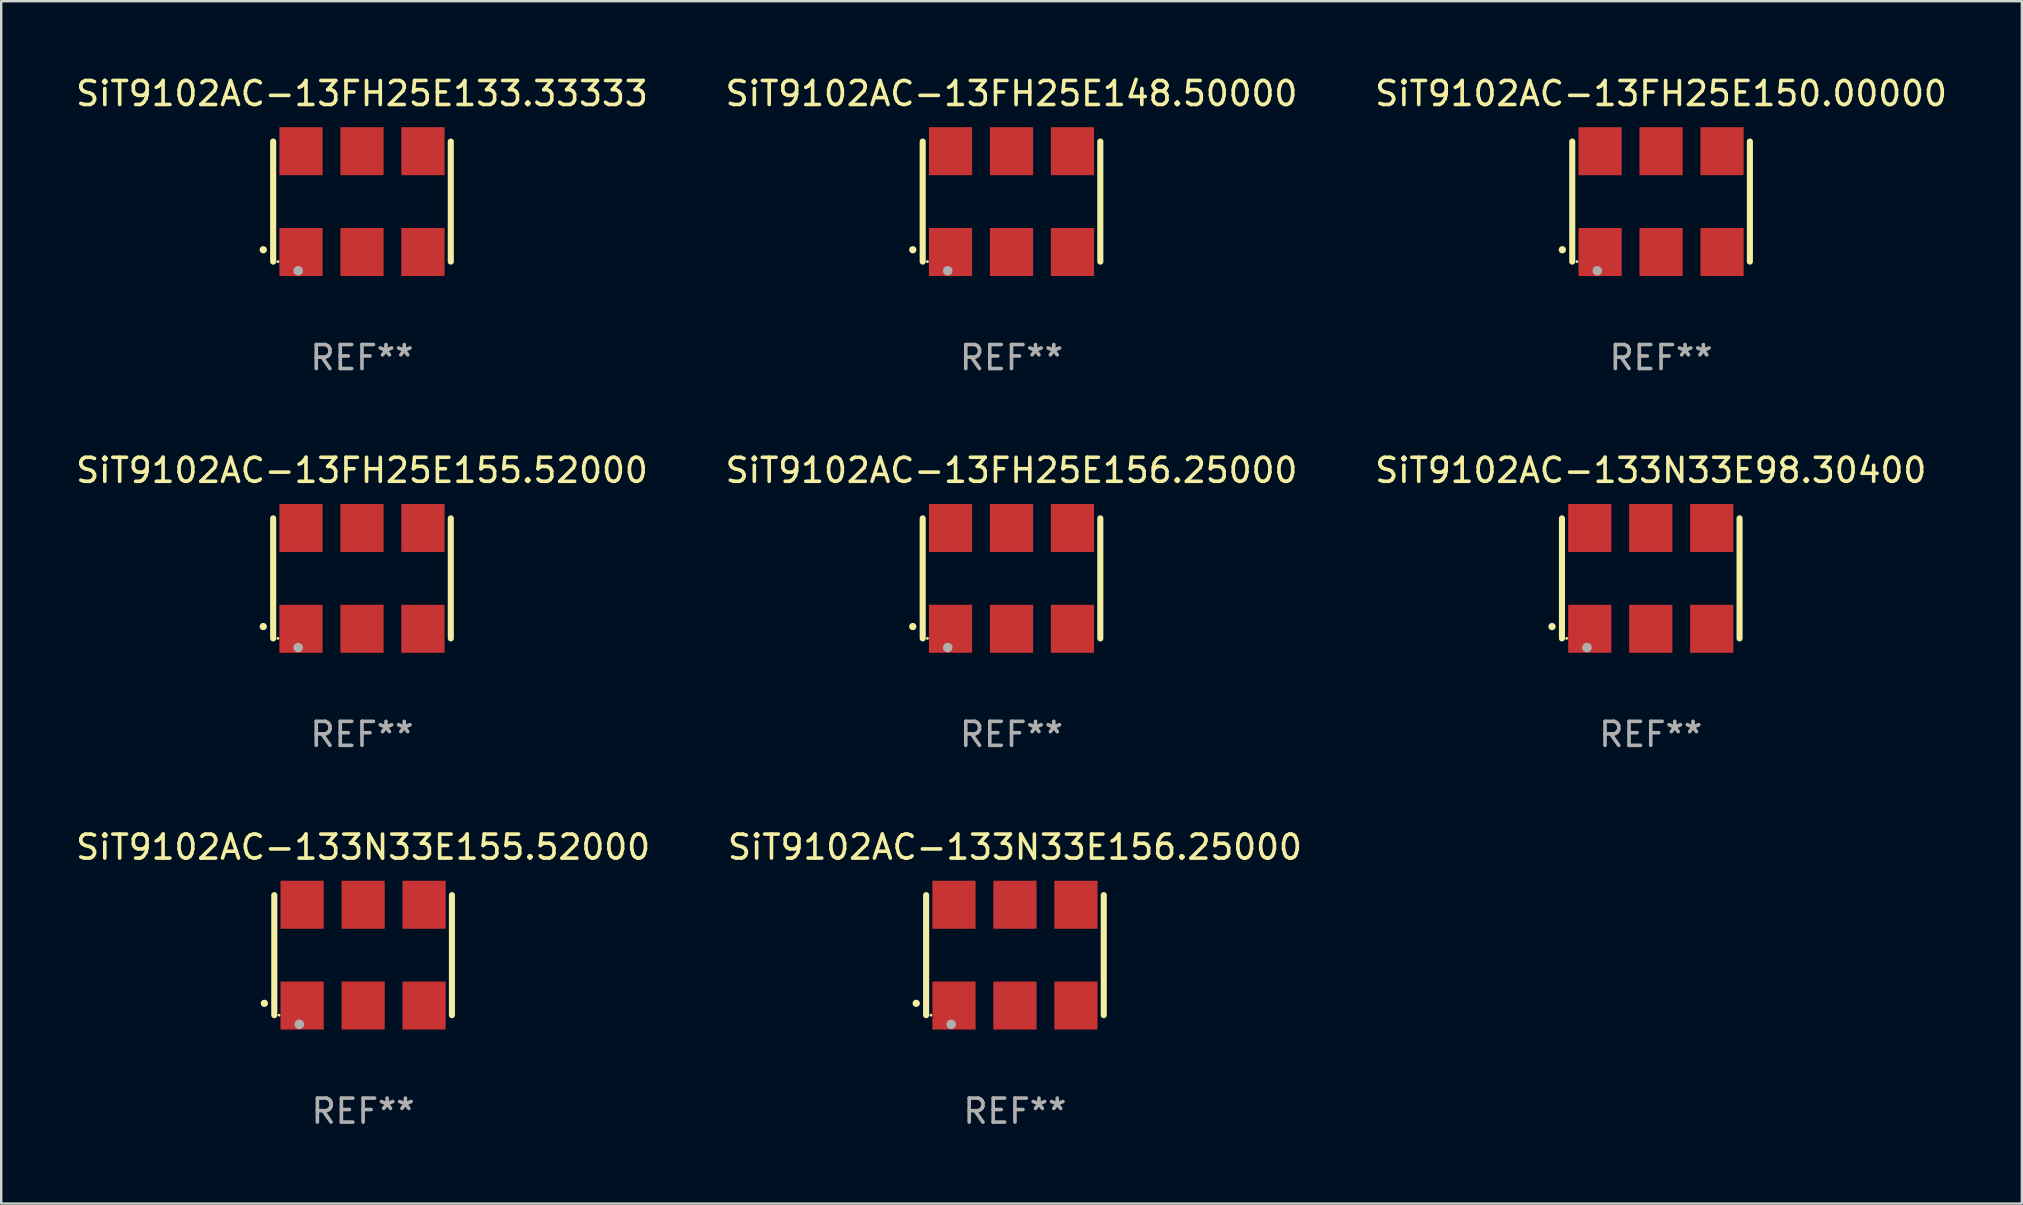
<source format=kicad_pcb>
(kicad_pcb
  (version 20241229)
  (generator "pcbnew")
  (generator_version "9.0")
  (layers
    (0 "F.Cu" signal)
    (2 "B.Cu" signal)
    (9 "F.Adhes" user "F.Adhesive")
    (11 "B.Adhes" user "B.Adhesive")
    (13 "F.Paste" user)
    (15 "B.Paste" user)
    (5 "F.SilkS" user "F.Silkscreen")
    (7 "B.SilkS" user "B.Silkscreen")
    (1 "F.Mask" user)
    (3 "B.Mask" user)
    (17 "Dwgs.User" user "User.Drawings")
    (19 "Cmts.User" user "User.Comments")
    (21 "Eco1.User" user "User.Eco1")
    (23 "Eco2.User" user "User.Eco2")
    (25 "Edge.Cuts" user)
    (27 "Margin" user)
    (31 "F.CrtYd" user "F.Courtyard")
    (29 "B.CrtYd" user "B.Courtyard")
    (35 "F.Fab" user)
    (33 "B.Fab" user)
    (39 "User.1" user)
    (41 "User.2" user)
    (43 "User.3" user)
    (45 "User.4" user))
  (footprint "SiT9102AC-13FH25E133.33333"
    (layer "F.Cu")
    (at 12.03 5.348)
    (property "Reference" "SiT9102AC-13FH25E133.33333" (at 0 -4.5 0) (layer "F.SilkS") (effects (font (size 1 1) (thickness 0.15))))
    (attr through_hole)
    (fp_line (start -3.7 -2.5) (end -3.7 2.5) (stroke (width 0.254) (type solid)) (layer "F.SilkS"))
    (fp_line (start 3.7 -2.5) (end 3.7 2.5) (stroke (width 0.254) (type solid)) (layer "F.SilkS"))
    (fp_arc (start -4.114415 2.006604) (mid -4.113145 2.006599) (end -4.111875 2.006604) (stroke (width 0.3) (type solid)) (layer "F.SilkS"))
    (fp_circle (center -3.502 2.5) (end -3.472 2.5) (stroke (width 0.06) (type solid)) (fill no) (layer "F.SilkS"))
    (fp_circle (center -2.657 2.882) (end -2.557 2.882) (stroke (width 0.2) (type solid)) (fill no) (layer "F.Fab"))
    (fp_text user "REF**" (at 0 6.5 0) (layer "F.Fab") (effects (font (size 1 1) (thickness 0.15))))
    (pad "1" smd rect (at -2.54 2.1) (size 1.8 2) (layers "F.Cu" "F.Mask" "F.Paste"))
    (pad "2" smd rect (at 0.000394 2.1) (size 1.8 2) (layers "F.Cu" "F.Mask" "F.Paste"))
    (pad "3" smd rect (at 2.54 2.1) (size 1.8 2) (layers "F.Cu" "F.Mask" "F.Paste"))
    (pad "4" smd rect (at 2.54 -2.1) (size 1.8 2) (layers "F.Cu" "F.Mask" "F.Paste"))
    (pad "5" smd rect (at 0.000394 -2.1) (size 1.8 2) (layers "F.Cu" "F.Mask" "F.Paste"))
    (pad "6" smd rect (at -2.54 -2.1) (size 1.8 2) (layers "F.Cu" "F.Mask" "F.Paste")))
  (footprint "SiT9102AC-13FH25E148.50000"
    (layer "F.Cu")
    (at 39.089 5.348)
    (property "Reference" "SiT9102AC-13FH25E148.50000" (at 0 -4.5 0) (layer "F.SilkS") (effects (font (size 1 1) (thickness 0.15))))
    (attr through_hole)
    (fp_line (start -3.7 -2.5) (end -3.7 2.5) (stroke (width 0.254) (type solid)) (layer "F.SilkS"))
    (fp_line (start 3.7 -2.5) (end 3.7 2.5) (stroke (width 0.254) (type solid)) (layer "F.SilkS"))
    (fp_arc (start -4.114415 2.006604) (mid -4.113145 2.006599) (end -4.111875 2.006604) (stroke (width 0.3) (type solid)) (layer "F.SilkS"))
    (fp_circle (center -3.502 2.5) (end -3.472 2.5) (stroke (width 0.06) (type solid)) (fill no) (layer "F.SilkS"))
    (fp_circle (center -2.657 2.882) (end -2.557 2.882) (stroke (width 0.2) (type solid)) (fill no) (layer "F.Fab"))
    (fp_text user "REF**" (at 0 6.5 0) (layer "F.Fab") (effects (font (size 1 1) (thickness 0.15))))
    (pad "1" smd rect (at -2.54 2.1) (size 1.8 2) (layers "F.Cu" "F.Mask" "F.Paste"))
    (pad "2" smd rect (at 0.000394 2.1) (size 1.8 2) (layers "F.Cu" "F.Mask" "F.Paste"))
    (pad "3" smd rect (at 2.54 2.1) (size 1.8 2) (layers "F.Cu" "F.Mask" "F.Paste"))
    (pad "4" smd rect (at 2.54 -2.1) (size 1.8 2) (layers "F.Cu" "F.Mask" "F.Paste"))
    (pad "5" smd rect (at 0.000394 -2.1) (size 1.8 2) (layers "F.Cu" "F.Mask" "F.Paste"))
    (pad "6" smd rect (at -2.54 -2.1) (size 1.8 2) (layers "F.Cu" "F.Mask" "F.Paste")))
  (footprint "SiT9102AC-13FH25E155.52000"
    (layer "F.Cu")
    (at 12.03 21.045)
    (property "Reference" "SiT9102AC-13FH25E155.52000" (at 0 -4.5 0) (layer "F.SilkS") (effects (font (size 1 1) (thickness 0.15))))
    (attr through_hole)
    (fp_line (start -3.7 -2.5) (end -3.7 2.5) (stroke (width 0.254) (type solid)) (layer "F.SilkS"))
    (fp_line (start 3.7 -2.5) (end 3.7 2.5) (stroke (width 0.254) (type solid)) (layer "F.SilkS"))
    (fp_arc (start -4.114415 2.006604) (mid -4.113145 2.006599) (end -4.111875 2.006604) (stroke (width 0.3) (type solid)) (layer "F.SilkS"))
    (fp_circle (center -3.502 2.5) (end -3.472 2.5) (stroke (width 0.06) (type solid)) (fill no) (layer "F.SilkS"))
    (fp_circle (center -2.657 2.882) (end -2.557 2.882) (stroke (width 0.2) (type solid)) (fill no) (layer "F.Fab"))
    (fp_text user "REF**" (at 0 6.5 0) (layer "F.Fab") (effects (font (size 1 1) (thickness 0.15))))
    (pad "1" smd rect (at -2.54 2.1) (size 1.8 2) (layers "F.Cu" "F.Mask" "F.Paste"))
    (pad "2" smd rect (at 0.000394 2.1) (size 1.8 2) (layers "F.Cu" "F.Mask" "F.Paste"))
    (pad "3" smd rect (at 2.54 2.1) (size 1.8 2) (layers "F.Cu" "F.Mask" "F.Paste"))
    (pad "4" smd rect (at 2.54 -2.1) (size 1.8 2) (layers "F.Cu" "F.Mask" "F.Paste"))
    (pad "5" smd rect (at 0.000394 -2.1) (size 1.8 2) (layers "F.Cu" "F.Mask" "F.Paste"))
    (pad "6" smd rect (at -2.54 -2.1) (size 1.8 2) (layers "F.Cu" "F.Mask" "F.Paste")))
  (footprint "SiT9102AC-13FH25E150.00000"
    (layer "F.Cu")
    (at 66.149 5.348)
    (property "Reference" "SiT9102AC-13FH25E150.00000" (at 0 -4.5 0) (layer "F.SilkS") (effects (font (size 1 1) (thickness 0.15))))
    (attr through_hole)
    (fp_line (start -3.7 -2.5) (end -3.7 2.5) (stroke (width 0.254) (type solid)) (layer "F.SilkS"))
    (fp_line (start 3.7 -2.5) (end 3.7 2.5) (stroke (width 0.254) (type solid)) (layer "F.SilkS"))
    (fp_arc (start -4.114415 2.006604) (mid -4.113145 2.006599) (end -4.111875 2.006604) (stroke (width 0.3) (type solid)) (layer "F.SilkS"))
    (fp_circle (center -3.502 2.5) (end -3.472 2.5) (stroke (width 0.06) (type solid)) (fill no) (layer "F.SilkS"))
    (fp_circle (center -2.657 2.882) (end -2.557 2.882) (stroke (width 0.2) (type solid)) (fill no) (layer "F.Fab"))
    (fp_text user "REF**" (at 0 6.5 0) (layer "F.Fab") (effects (font (size 1 1) (thickness 0.15))))
    (pad "1" smd rect (at -2.54 2.1) (size 1.8 2) (layers "F.Cu" "F.Mask" "F.Paste"))
    (pad "2" smd rect (at 0.000394 2.1) (size 1.8 2) (layers "F.Cu" "F.Mask" "F.Paste"))
    (pad "3" smd rect (at 2.54 2.1) (size 1.8 2) (layers "F.Cu" "F.Mask" "F.Paste"))
    (pad "4" smd rect (at 2.54 -2.1) (size 1.8 2) (layers "F.Cu" "F.Mask" "F.Paste"))
    (pad "5" smd rect (at 0.000394 -2.1) (size 1.8 2) (layers "F.Cu" "F.Mask" "F.Paste"))
    (pad "6" smd rect (at -2.54 -2.1) (size 1.8 2) (layers "F.Cu" "F.Mask" "F.Paste")))
  (footprint "SiT9102AC-133N33E98.30400"
    (layer "F.Cu")
    (at 65.72 21.045)
    (property "Reference" "SiT9102AC-133N33E98.30400" (at 0 -4.5 0) (layer "F.SilkS") (effects (font (size 1 1) (thickness 0.15))))
    (attr through_hole)
    (fp_line (start -3.7 -2.5) (end -3.7 2.5) (stroke (width 0.254) (type solid)) (layer "F.SilkS"))
    (fp_line (start 3.7 -2.5) (end 3.7 2.5) (stroke (width 0.254) (type solid)) (layer "F.SilkS"))
    (fp_arc (start -4.114415 2.006604) (mid -4.113145 2.006599) (end -4.111875 2.006604) (stroke (width 0.3) (type solid)) (layer "F.SilkS"))
    (fp_circle (center -3.502 2.5) (end -3.472 2.5) (stroke (width 0.06) (type solid)) (fill no) (layer "F.SilkS"))
    (fp_circle (center -2.657 2.882) (end -2.557 2.882) (stroke (width 0.2) (type solid)) (fill no) (layer "F.Fab"))
    (fp_text user "REF**" (at 0 6.5 0) (layer "F.Fab") (effects (font (size 1 1) (thickness 0.15))))
    (pad "1" smd rect (at -2.54 2.1) (size 1.8 2) (layers "F.Cu" "F.Mask" "F.Paste"))
    (pad "2" smd rect (at 0.000394 2.1) (size 1.8 2) (layers "F.Cu" "F.Mask" "F.Paste"))
    (pad "3" smd rect (at 2.54 2.1) (size 1.8 2) (layers "F.Cu" "F.Mask" "F.Paste"))
    (pad "4" smd rect (at 2.54 -2.1) (size 1.8 2) (layers "F.Cu" "F.Mask" "F.Paste"))
    (pad "5" smd rect (at 0.000394 -2.1) (size 1.8 2) (layers "F.Cu" "F.Mask" "F.Paste"))
    (pad "6" smd rect (at -2.54 -2.1) (size 1.8 2) (layers "F.Cu" "F.Mask" "F.Paste")))
  (footprint "SiT9102AC-133N33E155.52000"
    (layer "F.Cu")
    (at 12.077 36.741)
    (property "Reference" "SiT9102AC-133N33E155.52000" (at 0 -4.5 0) (layer "F.SilkS") (effects (font (size 1 1) (thickness 0.15))))
    (attr through_hole)
    (fp_line (start -3.7 -2.5) (end -3.7 2.5) (stroke (width 0.254) (type solid)) (layer "F.SilkS"))
    (fp_line (start 3.7 -2.5) (end 3.7 2.5) (stroke (width 0.254) (type solid)) (layer "F.SilkS"))
    (fp_arc (start -4.114415 2.006604) (mid -4.113145 2.006599) (end -4.111875 2.006604) (stroke (width 0.3) (type solid)) (layer "F.SilkS"))
    (fp_circle (center -3.502 2.5) (end -3.472 2.5) (stroke (width 0.06) (type solid)) (fill no) (layer "F.SilkS"))
    (fp_circle (center -2.657 2.882) (end -2.557 2.882) (stroke (width 0.2) (type solid)) (fill no) (layer "F.Fab"))
    (fp_text user "REF**" (at 0 6.5 0) (layer "F.Fab") (effects (font (size 1 1) (thickness 0.15))))
    (pad "1" smd rect (at -2.54 2.1) (size 1.8 2) (layers "F.Cu" "F.Mask" "F.Paste"))
    (pad "2" smd rect (at 0.000394 2.1) (size 1.8 2) (layers "F.Cu" "F.Mask" "F.Paste"))
    (pad "3" smd rect (at 2.54 2.1) (size 1.8 2) (layers "F.Cu" "F.Mask" "F.Paste"))
    (pad "4" smd rect (at 2.54 -2.1) (size 1.8 2) (layers "F.Cu" "F.Mask" "F.Paste"))
    (pad "5" smd rect (at 0.000394 -2.1) (size 1.8 2) (layers "F.Cu" "F.Mask" "F.Paste"))
    (pad "6" smd rect (at -2.54 -2.1) (size 1.8 2) (layers "F.Cu" "F.Mask" "F.Paste")))
  (footprint "SiT9102AC-13FH25E156.25000"
    (layer "F.Cu")
    (at 39.089 21.045)
    (property "Reference" "SiT9102AC-13FH25E156.25000" (at 0 -4.5 0) (layer "F.SilkS") (effects (font (size 1 1) (thickness 0.15))))
    (attr through_hole)
    (fp_line (start -3.7 -2.5) (end -3.7 2.5) (stroke (width 0.254) (type solid)) (layer "F.SilkS"))
    (fp_line (start 3.7 -2.5) (end 3.7 2.5) (stroke (width 0.254) (type solid)) (layer "F.SilkS"))
    (fp_arc (start -4.114415 2.006604) (mid -4.113145 2.006599) (end -4.111875 2.006604) (stroke (width 0.3) (type solid)) (layer "F.SilkS"))
    (fp_circle (center -3.502 2.5) (end -3.472 2.5) (stroke (width 0.06) (type solid)) (fill no) (layer "F.SilkS"))
    (fp_circle (center -2.657 2.882) (end -2.557 2.882) (stroke (width 0.2) (type solid)) (fill no) (layer "F.Fab"))
    (fp_text user "REF**" (at 0 6.5 0) (layer "F.Fab") (effects (font (size 1 1) (thickness 0.15))))
    (pad "1" smd rect (at -2.54 2.1) (size 1.8 2) (layers "F.Cu" "F.Mask" "F.Paste"))
    (pad "2" smd rect (at 0.000394 2.1) (size 1.8 2) (layers "F.Cu" "F.Mask" "F.Paste"))
    (pad "3" smd rect (at 2.54 2.1) (size 1.8 2) (layers "F.Cu" "F.Mask" "F.Paste"))
    (pad "4" smd rect (at 2.54 -2.1) (size 1.8 2) (layers "F.Cu" "F.Mask" "F.Paste"))
    (pad "5" smd rect (at 0.000394 -2.1) (size 1.8 2) (layers "F.Cu" "F.Mask" "F.Paste"))
    (pad "6" smd rect (at -2.54 -2.1) (size 1.8 2) (layers "F.Cu" "F.Mask" "F.Paste")))
  (footprint "SiT9102AC-133N33E156.25000"
    (layer "F.Cu")
    (at 39.232 36.741)
    (property "Reference" "SiT9102AC-133N33E156.25000" (at 0 -4.5 0) (layer "F.SilkS") (effects (font (size 1 1) (thickness 0.15))))
    (attr through_hole)
    (fp_line (start -3.7 -2.5) (end -3.7 2.5) (stroke (width 0.254) (type solid)) (layer "F.SilkS"))
    (fp_line (start 3.7 -2.5) (end 3.7 2.5) (stroke (width 0.254) (type solid)) (layer "F.SilkS"))
    (fp_arc (start -4.114415 2.006604) (mid -4.113145 2.006599) (end -4.111875 2.006604) (stroke (width 0.3) (type solid)) (layer "F.SilkS"))
    (fp_circle (center -3.502 2.5) (end -3.472 2.5) (stroke (width 0.06) (type solid)) (fill no) (layer "F.SilkS"))
    (fp_circle (center -2.657 2.882) (end -2.557 2.882) (stroke (width 0.2) (type solid)) (fill no) (layer "F.Fab"))
    (fp_text user "REF**" (at 0 6.5 0) (layer "F.Fab") (effects (font (size 1 1) (thickness 0.15))))
    (pad "1" smd rect (at -2.54 2.1) (size 1.8 2) (layers "F.Cu" "F.Mask" "F.Paste"))
    (pad "2" smd rect (at 0.000394 2.1) (size 1.8 2) (layers "F.Cu" "F.Mask" "F.Paste"))
    (pad "3" smd rect (at 2.54 2.1) (size 1.8 2) (layers "F.Cu" "F.Mask" "F.Paste"))
    (pad "4" smd rect (at 2.54 -2.1) (size 1.8 2) (layers "F.Cu" "F.Mask" "F.Paste"))
    (pad "5" smd rect (at 0.000394 -2.1) (size 1.8 2) (layers "F.Cu" "F.Mask" "F.Paste"))
    (pad "6" smd rect (at -2.54 -2.1) (size 1.8 2) (layers "F.Cu" "F.Mask" "F.Paste")))
  (gr_rect
    (start -3 -3)
    (end 81.179 47.09)
    (stroke (width 0.1) (type default))
    (fill no)
    (layer "Edge.Cuts")))
</source>
